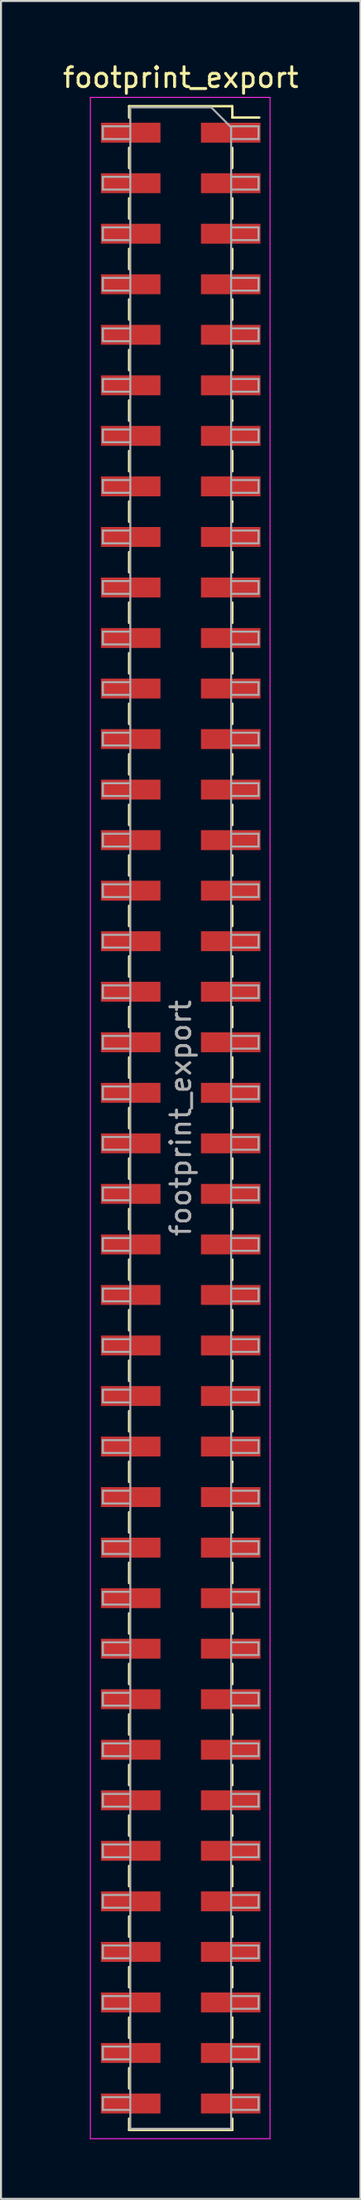
<source format=kicad_pcb>
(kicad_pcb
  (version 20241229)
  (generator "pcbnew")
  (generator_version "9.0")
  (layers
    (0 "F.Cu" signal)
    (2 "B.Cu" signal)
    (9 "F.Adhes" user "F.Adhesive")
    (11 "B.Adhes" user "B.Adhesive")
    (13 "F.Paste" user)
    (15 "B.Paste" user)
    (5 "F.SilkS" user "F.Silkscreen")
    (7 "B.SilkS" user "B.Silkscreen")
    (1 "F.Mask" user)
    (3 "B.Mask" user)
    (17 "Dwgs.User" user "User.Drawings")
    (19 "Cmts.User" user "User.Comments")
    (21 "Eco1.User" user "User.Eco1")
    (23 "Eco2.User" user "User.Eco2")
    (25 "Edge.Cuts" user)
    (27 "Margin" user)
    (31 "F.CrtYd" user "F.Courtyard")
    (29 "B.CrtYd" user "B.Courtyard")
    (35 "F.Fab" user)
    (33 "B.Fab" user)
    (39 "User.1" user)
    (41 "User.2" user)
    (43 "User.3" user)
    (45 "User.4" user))
  (footprint "footprint_export"
    (layer "F.Cu")
    (at 6.054 53.148)
    (property "Reference" "footprint_export" (at 0 -52.3 0) (layer "F.SilkS") (effects (font (size 1 1) (thickness 0.15))))
    (attr smd)
    (fp_line (start -2.6 -50.86) (end -2.6 -50.29) (stroke (width 0.12) (type solid)) (layer "F.SilkS"))
    (fp_line (start -2.6 -50.86) (end 2.6 -50.86) (stroke (width 0.12) (type solid)) (layer "F.SilkS"))
    (fp_line (start -2.6 -48.77) (end -2.6 -47.75) (stroke (width 0.12) (type solid)) (layer "F.SilkS"))
    (fp_line (start -2.6 -46.23) (end -2.6 -45.21) (stroke (width 0.12) (type solid)) (layer "F.SilkS"))
    (fp_line (start -2.6 -43.69) (end -2.6 -42.67) (stroke (width 0.12) (type solid)) (layer "F.SilkS"))
    (fp_line (start -2.6 -41.15) (end -2.6 -40.13) (stroke (width 0.12) (type solid)) (layer "F.SilkS"))
    (fp_line (start -2.6 -38.61) (end -2.6 -37.59) (stroke (width 0.12) (type solid)) (layer "F.SilkS"))
    (fp_line (start -2.6 -36.07) (end -2.6 -35.05) (stroke (width 0.12) (type solid)) (layer "F.SilkS"))
    (fp_line (start -2.6 -33.53) (end -2.6 -32.51) (stroke (width 0.12) (type solid)) (layer "F.SilkS"))
    (fp_line (start -2.6 -30.99) (end -2.6 -29.97) (stroke (width 0.12) (type solid)) (layer "F.SilkS"))
    (fp_line (start -2.6 -28.45) (end -2.6 -27.43) (stroke (width 0.12) (type solid)) (layer "F.SilkS"))
    (fp_line (start -2.6 -25.91) (end -2.6 -24.89) (stroke (width 0.12) (type solid)) (layer "F.SilkS"))
    (fp_line (start -2.6 -23.37) (end -2.6 -22.35) (stroke (width 0.12) (type solid)) (layer "F.SilkS"))
    (fp_line (start -2.6 -20.83) (end -2.6 -19.81) (stroke (width 0.12) (type solid)) (layer "F.SilkS"))
    (fp_line (start -2.6 -18.29) (end -2.6 -17.27) (stroke (width 0.12) (type solid)) (layer "F.SilkS"))
    (fp_line (start -2.6 -15.75) (end -2.6 -14.73) (stroke (width 0.12) (type solid)) (layer "F.SilkS"))
    (fp_line (start -2.6 -13.21) (end -2.6 -12.19) (stroke (width 0.12) (type solid)) (layer "F.SilkS"))
    (fp_line (start -2.6 -10.67) (end -2.6 -9.65) (stroke (width 0.12) (type solid)) (layer "F.SilkS"))
    (fp_line (start -2.6 -8.13) (end -2.6 -7.11) (stroke (width 0.12) (type solid)) (layer "F.SilkS"))
    (fp_line (start -2.6 -5.59) (end -2.6 -4.57) (stroke (width 0.12) (type solid)) (layer "F.SilkS"))
    (fp_line (start -2.6 -3.05) (end -2.6 -2.03) (stroke (width 0.12) (type solid)) (layer "F.SilkS"))
    (fp_line (start -2.6 -0.51) (end -2.6 0.51) (stroke (width 0.12) (type solid)) (layer "F.SilkS"))
    (fp_line (start -2.6 2.03) (end -2.6 3.05) (stroke (width 0.12) (type solid)) (layer "F.SilkS"))
    (fp_line (start -2.6 4.57) (end -2.6 5.59) (stroke (width 0.12) (type solid)) (layer "F.SilkS"))
    (fp_line (start -2.6 7.11) (end -2.6 8.13) (stroke (width 0.12) (type solid)) (layer "F.SilkS"))
    (fp_line (start -2.6 9.65) (end -2.6 10.67) (stroke (width 0.12) (type solid)) (layer "F.SilkS"))
    (fp_line (start -2.6 12.19) (end -2.6 13.21) (stroke (width 0.12) (type solid)) (layer "F.SilkS"))
    (fp_line (start -2.6 14.73) (end -2.6 15.75) (stroke (width 0.12) (type solid)) (layer "F.SilkS"))
    (fp_line (start -2.6 17.27) (end -2.6 18.29) (stroke (width 0.12) (type solid)) (layer "F.SilkS"))
    (fp_line (start -2.6 19.81) (end -2.6 20.83) (stroke (width 0.12) (type solid)) (layer "F.SilkS"))
    (fp_line (start -2.6 22.35) (end -2.6 23.37) (stroke (width 0.12) (type solid)) (layer "F.SilkS"))
    (fp_line (start -2.6 24.89) (end -2.6 25.91) (stroke (width 0.12) (type solid)) (layer "F.SilkS"))
    (fp_line (start -2.6 27.43) (end -2.6 28.45) (stroke (width 0.12) (type solid)) (layer "F.SilkS"))
    (fp_line (start -2.6 29.97) (end -2.6 30.99) (stroke (width 0.12) (type solid)) (layer "F.SilkS"))
    (fp_line (start -2.6 32.51) (end -2.6 33.53) (stroke (width 0.12) (type solid)) (layer "F.SilkS"))
    (fp_line (start -2.6 35.05) (end -2.6 36.07) (stroke (width 0.12) (type solid)) (layer "F.SilkS"))
    (fp_line (start -2.6 37.59) (end -2.6 38.61) (stroke (width 0.12) (type solid)) (layer "F.SilkS"))
    (fp_line (start -2.6 40.13) (end -2.6 41.15) (stroke (width 0.12) (type solid)) (layer "F.SilkS"))
    (fp_line (start -2.6 42.67) (end -2.6 43.69) (stroke (width 0.12) (type solid)) (layer "F.SilkS"))
    (fp_line (start -2.6 45.21) (end -2.6 46.23) (stroke (width 0.12) (type solid)) (layer "F.SilkS"))
    (fp_line (start -2.6 47.75) (end -2.6 48.77) (stroke (width 0.12) (type solid)) (layer "F.SilkS"))
    (fp_line (start -2.6 50.29) (end -2.6 50.86) (stroke (width 0.12) (type solid)) (layer "F.SilkS"))
    (fp_line (start -2.6 50.86) (end 2.6 50.86) (stroke (width 0.12) (type solid)) (layer "F.SilkS"))
    (fp_line (start 2.6 -50.86) (end 2.6 -50.29) (stroke (width 0.12) (type solid)) (layer "F.SilkS"))
    (fp_line (start 2.6 -50.29) (end 3.96 -50.29) (stroke (width 0.12) (type solid)) (layer "F.SilkS"))
    (fp_line (start 2.6 -48.77) (end 2.6 -47.75) (stroke (width 0.12) (type solid)) (layer "F.SilkS"))
    (fp_line (start 2.6 -46.23) (end 2.6 -45.21) (stroke (width 0.12) (type solid)) (layer "F.SilkS"))
    (fp_line (start 2.6 -43.69) (end 2.6 -42.67) (stroke (width 0.12) (type solid)) (layer "F.SilkS"))
    (fp_line (start 2.6 -41.15) (end 2.6 -40.13) (stroke (width 0.12) (type solid)) (layer "F.SilkS"))
    (fp_line (start 2.6 -38.61) (end 2.6 -37.59) (stroke (width 0.12) (type solid)) (layer "F.SilkS"))
    (fp_line (start 2.6 -36.07) (end 2.6 -35.05) (stroke (width 0.12) (type solid)) (layer "F.SilkS"))
    (fp_line (start 2.6 -33.53) (end 2.6 -32.51) (stroke (width 0.12) (type solid)) (layer "F.SilkS"))
    (fp_line (start 2.6 -30.99) (end 2.6 -29.97) (stroke (width 0.12) (type solid)) (layer "F.SilkS"))
    (fp_line (start 2.6 -28.45) (end 2.6 -27.43) (stroke (width 0.12) (type solid)) (layer "F.SilkS"))
    (fp_line (start 2.6 -25.91) (end 2.6 -24.89) (stroke (width 0.12) (type solid)) (layer "F.SilkS"))
    (fp_line (start 2.6 -23.37) (end 2.6 -22.35) (stroke (width 0.12) (type solid)) (layer "F.SilkS"))
    (fp_line (start 2.6 -20.83) (end 2.6 -19.81) (stroke (width 0.12) (type solid)) (layer "F.SilkS"))
    (fp_line (start 2.6 -18.29) (end 2.6 -17.27) (stroke (width 0.12) (type solid)) (layer "F.SilkS"))
    (fp_line (start 2.6 -15.75) (end 2.6 -14.73) (stroke (width 0.12) (type solid)) (layer "F.SilkS"))
    (fp_line (start 2.6 -13.21) (end 2.6 -12.19) (stroke (width 0.12) (type solid)) (layer "F.SilkS"))
    (fp_line (start 2.6 -10.67) (end 2.6 -9.65) (stroke (width 0.12) (type solid)) (layer "F.SilkS"))
    (fp_line (start 2.6 -8.13) (end 2.6 -7.11) (stroke (width 0.12) (type solid)) (layer "F.SilkS"))
    (fp_line (start 2.6 -5.59) (end 2.6 -4.57) (stroke (width 0.12) (type solid)) (layer "F.SilkS"))
    (fp_line (start 2.6 -3.05) (end 2.6 -2.03) (stroke (width 0.12) (type solid)) (layer "F.SilkS"))
    (fp_line (start 2.6 -0.51) (end 2.6 0.51) (stroke (width 0.12) (type solid)) (layer "F.SilkS"))
    (fp_line (start 2.6 2.03) (end 2.6 3.05) (stroke (width 0.12) (type solid)) (layer "F.SilkS"))
    (fp_line (start 2.6 4.57) (end 2.6 5.59) (stroke (width 0.12) (type solid)) (layer "F.SilkS"))
    (fp_line (start 2.6 7.11) (end 2.6 8.13) (stroke (width 0.12) (type solid)) (layer "F.SilkS"))
    (fp_line (start 2.6 9.65) (end 2.6 10.67) (stroke (width 0.12) (type solid)) (layer "F.SilkS"))
    (fp_line (start 2.6 12.19) (end 2.6 13.21) (stroke (width 0.12) (type solid)) (layer "F.SilkS"))
    (fp_line (start 2.6 14.73) (end 2.6 15.75) (stroke (width 0.12) (type solid)) (layer "F.SilkS"))
    (fp_line (start 2.6 17.27) (end 2.6 18.29) (stroke (width 0.12) (type solid)) (layer "F.SilkS"))
    (fp_line (start 2.6 19.81) (end 2.6 20.83) (stroke (width 0.12) (type solid)) (layer "F.SilkS"))
    (fp_line (start 2.6 22.35) (end 2.6 23.37) (stroke (width 0.12) (type solid)) (layer "F.SilkS"))
    (fp_line (start 2.6 24.89) (end 2.6 25.91) (stroke (width 0.12) (type solid)) (layer "F.SilkS"))
    (fp_line (start 2.6 27.43) (end 2.6 28.45) (stroke (width 0.12) (type solid)) (layer "F.SilkS"))
    (fp_line (start 2.6 29.97) (end 2.6 30.99) (stroke (width 0.12) (type solid)) (layer "F.SilkS"))
    (fp_line (start 2.6 32.51) (end 2.6 33.53) (stroke (width 0.12) (type solid)) (layer "F.SilkS"))
    (fp_line (start 2.6 35.05) (end 2.6 36.07) (stroke (width 0.12) (type solid)) (layer "F.SilkS"))
    (fp_line (start 2.6 37.59) (end 2.6 38.61) (stroke (width 0.12) (type solid)) (layer "F.SilkS"))
    (fp_line (start 2.6 40.13) (end 2.6 41.15) (stroke (width 0.12) (type solid)) (layer "F.SilkS"))
    (fp_line (start 2.6 42.67) (end 2.6 43.69) (stroke (width 0.12) (type solid)) (layer "F.SilkS"))
    (fp_line (start 2.6 45.21) (end 2.6 46.23) (stroke (width 0.12) (type solid)) (layer "F.SilkS"))
    (fp_line (start 2.6 47.75) (end 2.6 48.77) (stroke (width 0.12) (type solid)) (layer "F.SilkS"))
    (fp_line (start 2.6 50.29) (end 2.6 50.86) (stroke (width 0.12) (type solid)) (layer "F.SilkS"))
    (fp_line (start -4.55 -51.3) (end 4.5 -51.3) (stroke (width 0.05) (type solid)) (layer "F.CrtYd"))
    (fp_line (start -4.55 51.3) (end -4.55 -51.3) (stroke (width 0.05) (type solid)) (layer "F.CrtYd"))
    (fp_line (start 4.5 -51.3) (end 4.5 51.3) (stroke (width 0.05) (type solid)) (layer "F.CrtYd"))
    (fp_line (start 4.5 51.3) (end -4.55 51.3) (stroke (width 0.05) (type solid)) (layer "F.CrtYd"))
    (fp_line (start -3.92 -49.85) (end -2.54 -49.85) (stroke (width 0.1) (type solid)) (layer "F.Fab"))
    (fp_line (start -3.92 -49.21) (end -3.92 -49.85) (stroke (width 0.1) (type solid)) (layer "F.Fab"))
    (fp_line (start -3.92 -47.31) (end -2.54 -47.31) (stroke (width 0.1) (type solid)) (layer "F.Fab"))
    (fp_line (start -3.92 -46.67) (end -3.92 -47.31) (stroke (width 0.1) (type solid)) (layer "F.Fab"))
    (fp_line (start -3.92 -44.77) (end -2.54 -44.77) (stroke (width 0.1) (type solid)) (layer "F.Fab"))
    (fp_line (start -3.92 -44.13) (end -3.92 -44.77) (stroke (width 0.1) (type solid)) (layer "F.Fab"))
    (fp_line (start -3.92 -42.23) (end -2.54 -42.23) (stroke (width 0.1) (type solid)) (layer "F.Fab"))
    (fp_line (start -3.92 -41.59) (end -3.92 -42.23) (stroke (width 0.1) (type solid)) (layer "F.Fab"))
    (fp_line (start -3.92 -39.69) (end -2.54 -39.69) (stroke (width 0.1) (type solid)) (layer "F.Fab"))
    (fp_line (start -3.92 -39.05) (end -3.92 -39.69) (stroke (width 0.1) (type solid)) (layer "F.Fab"))
    (fp_line (start -3.92 -37.15) (end -2.54 -37.15) (stroke (width 0.1) (type solid)) (layer "F.Fab"))
    (fp_line (start -3.92 -36.51) (end -3.92 -37.15) (stroke (width 0.1) (type solid)) (layer "F.Fab"))
    (fp_line (start -3.92 -34.61) (end -2.54 -34.61) (stroke (width 0.1) (type solid)) (layer "F.Fab"))
    (fp_line (start -3.92 -33.97) (end -3.92 -34.61) (stroke (width 0.1) (type solid)) (layer "F.Fab"))
    (fp_line (start -3.92 -32.07) (end -2.54 -32.07) (stroke (width 0.1) (type solid)) (layer "F.Fab"))
    (fp_line (start -3.92 -31.43) (end -3.92 -32.07) (stroke (width 0.1) (type solid)) (layer "F.Fab"))
    (fp_line (start -3.92 -29.53) (end -2.54 -29.53) (stroke (width 0.1) (type solid)) (layer "F.Fab"))
    (fp_line (start -3.92 -28.89) (end -3.92 -29.53) (stroke (width 0.1) (type solid)) (layer "F.Fab"))
    (fp_line (start -3.92 -26.99) (end -2.54 -26.99) (stroke (width 0.1) (type solid)) (layer "F.Fab"))
    (fp_line (start -3.92 -26.35) (end -3.92 -26.99) (stroke (width 0.1) (type solid)) (layer "F.Fab"))
    (fp_line (start -3.92 -24.45) (end -2.54 -24.45) (stroke (width 0.1) (type solid)) (layer "F.Fab"))
    (fp_line (start -3.92 -23.81) (end -3.92 -24.45) (stroke (width 0.1) (type solid)) (layer "F.Fab"))
    (fp_line (start -3.92 -21.91) (end -2.54 -21.91) (stroke (width 0.1) (type solid)) (layer "F.Fab"))
    (fp_line (start -3.92 -21.27) (end -3.92 -21.91) (stroke (width 0.1) (type solid)) (layer "F.Fab"))
    (fp_line (start -3.92 -19.37) (end -2.54 -19.37) (stroke (width 0.1) (type solid)) (layer "F.Fab"))
    (fp_line (start -3.92 -18.73) (end -3.92 -19.37) (stroke (width 0.1) (type solid)) (layer "F.Fab"))
    (fp_line (start -3.92 -16.83) (end -2.54 -16.83) (stroke (width 0.1) (type solid)) (layer "F.Fab"))
    (fp_line (start -3.92 -16.19) (end -3.92 -16.83) (stroke (width 0.1) (type solid)) (layer "F.Fab"))
    (fp_line (start -3.92 -14.29) (end -2.54 -14.29) (stroke (width 0.1) (type solid)) (layer "F.Fab"))
    (fp_line (start -3.92 -13.65) (end -3.92 -14.29) (stroke (width 0.1) (type solid)) (layer "F.Fab"))
    (fp_line (start -3.92 -11.75) (end -2.54 -11.75) (stroke (width 0.1) (type solid)) (layer "F.Fab"))
    (fp_line (start -3.92 -11.11) (end -3.92 -11.75) (stroke (width 0.1) (type solid)) (layer "F.Fab"))
    (fp_line (start -3.92 -9.21) (end -2.54 -9.21) (stroke (width 0.1) (type solid)) (layer "F.Fab"))
    (fp_line (start -3.92 -8.57) (end -3.92 -9.21) (stroke (width 0.1) (type solid)) (layer "F.Fab"))
    (fp_line (start -3.92 -6.67) (end -2.54 -6.67) (stroke (width 0.1) (type solid)) (layer "F.Fab"))
    (fp_line (start -3.92 -6.03) (end -3.92 -6.67) (stroke (width 0.1) (type solid)) (layer "F.Fab"))
    (fp_line (start -3.92 -4.13) (end -2.54 -4.13) (stroke (width 0.1) (type solid)) (layer "F.Fab"))
    (fp_line (start -3.92 -3.49) (end -3.92 -4.13) (stroke (width 0.1) (type solid)) (layer "F.Fab"))
    (fp_line (start -3.92 -1.59) (end -2.54 -1.59) (stroke (width 0.1) (type solid)) (layer "F.Fab"))
    (fp_line (start -3.92 -0.95) (end -3.92 -1.59) (stroke (width 0.1) (type solid)) (layer "F.Fab"))
    (fp_line (start -3.92 0.95) (end -2.54 0.95) (stroke (width 0.1) (type solid)) (layer "F.Fab"))
    (fp_line (start -3.92 1.59) (end -3.92 0.95) (stroke (width 0.1) (type solid)) (layer "F.Fab"))
    (fp_line (start -3.92 3.49) (end -2.54 3.49) (stroke (width 0.1) (type solid)) (layer "F.Fab"))
    (fp_line (start -3.92 4.13) (end -3.92 3.49) (stroke (width 0.1) (type solid)) (layer "F.Fab"))
    (fp_line (start -3.92 6.03) (end -2.54 6.03) (stroke (width 0.1) (type solid)) (layer "F.Fab"))
    (fp_line (start -3.92 6.67) (end -3.92 6.03) (stroke (width 0.1) (type solid)) (layer "F.Fab"))
    (fp_line (start -3.92 8.57) (end -2.54 8.57) (stroke (width 0.1) (type solid)) (layer "F.Fab"))
    (fp_line (start -3.92 9.21) (end -3.92 8.57) (stroke (width 0.1) (type solid)) (layer "F.Fab"))
    (fp_line (start -3.92 11.11) (end -2.54 11.11) (stroke (width 0.1) (type solid)) (layer "F.Fab"))
    (fp_line (start -3.92 11.75) (end -3.92 11.11) (stroke (width 0.1) (type solid)) (layer "F.Fab"))
    (fp_line (start -3.92 13.65) (end -2.54 13.65) (stroke (width 0.1) (type solid)) (layer "F.Fab"))
    (fp_line (start -3.92 14.29) (end -3.92 13.65) (stroke (width 0.1) (type solid)) (layer "F.Fab"))
    (fp_line (start -3.92 16.19) (end -2.54 16.19) (stroke (width 0.1) (type solid)) (layer "F.Fab"))
    (fp_line (start -3.92 16.83) (end -3.92 16.19) (stroke (width 0.1) (type solid)) (layer "F.Fab"))
    (fp_line (start -3.92 18.73) (end -2.54 18.73) (stroke (width 0.1) (type solid)) (layer "F.Fab"))
    (fp_line (start -3.92 19.37) (end -3.92 18.73) (stroke (width 0.1) (type solid)) (layer "F.Fab"))
    (fp_line (start -3.92 21.27) (end -2.54 21.27) (stroke (width 0.1) (type solid)) (layer "F.Fab"))
    (fp_line (start -3.92 21.91) (end -3.92 21.27) (stroke (width 0.1) (type solid)) (layer "F.Fab"))
    (fp_line (start -3.92 23.81) (end -2.54 23.81) (stroke (width 0.1) (type solid)) (layer "F.Fab"))
    (fp_line (start -3.92 24.45) (end -3.92 23.81) (stroke (width 0.1) (type solid)) (layer "F.Fab"))
    (fp_line (start -3.92 26.35) (end -2.54 26.35) (stroke (width 0.1) (type solid)) (layer "F.Fab"))
    (fp_line (start -3.92 26.99) (end -3.92 26.35) (stroke (width 0.1) (type solid)) (layer "F.Fab"))
    (fp_line (start -3.92 28.89) (end -2.54 28.89) (stroke (width 0.1) (type solid)) (layer "F.Fab"))
    (fp_line (start -3.92 29.53) (end -3.92 28.89) (stroke (width 0.1) (type solid)) (layer "F.Fab"))
    (fp_line (start -3.92 31.43) (end -2.54 31.43) (stroke (width 0.1) (type solid)) (layer "F.Fab"))
    (fp_line (start -3.92 32.07) (end -3.92 31.43) (stroke (width 0.1) (type solid)) (layer "F.Fab"))
    (fp_line (start -3.92 33.97) (end -2.54 33.97) (stroke (width 0.1) (type solid)) (layer "F.Fab"))
    (fp_line (start -3.92 34.61) (end -3.92 33.97) (stroke (width 0.1) (type solid)) (layer "F.Fab"))
    (fp_line (start -3.92 36.51) (end -2.54 36.51) (stroke (width 0.1) (type solid)) (layer "F.Fab"))
    (fp_line (start -3.92 37.15) (end -3.92 36.51) (stroke (width 0.1) (type solid)) (layer "F.Fab"))
    (fp_line (start -3.92 39.05) (end -2.54 39.05) (stroke (width 0.1) (type solid)) (layer "F.Fab"))
    (fp_line (start -3.92 39.69) (end -3.92 39.05) (stroke (width 0.1) (type solid)) (layer "F.Fab"))
    (fp_line (start -3.92 41.59) (end -2.54 41.59) (stroke (width 0.1) (type solid)) (layer "F.Fab"))
    (fp_line (start -3.92 42.23) (end -3.92 41.59) (stroke (width 0.1) (type solid)) (layer "F.Fab"))
    (fp_line (start -3.92 44.13) (end -2.54 44.13) (stroke (width 0.1) (type solid)) (layer "F.Fab"))
    (fp_line (start -3.92 44.77) (end -3.92 44.13) (stroke (width 0.1) (type solid)) (layer "F.Fab"))
    (fp_line (start -3.92 46.67) (end -2.54 46.67) (stroke (width 0.1) (type solid)) (layer "F.Fab"))
    (fp_line (start -3.92 47.31) (end -3.92 46.67) (stroke (width 0.1) (type solid)) (layer "F.Fab"))
    (fp_line (start -3.92 49.21) (end -2.54 49.21) (stroke (width 0.1) (type solid)) (layer "F.Fab"))
    (fp_line (start -3.92 49.85) (end -3.92 49.21) (stroke (width 0.1) (type solid)) (layer "F.Fab"))
    (fp_line (start -2.54 -50.8) (end 1.54 -50.8) (stroke (width 0.1) (type solid)) (layer "F.Fab"))
    (fp_line (start -2.54 -49.21) (end -3.92 -49.21) (stroke (width 0.1) (type solid)) (layer "F.Fab"))
    (fp_line (start -2.54 -46.67) (end -3.92 -46.67) (stroke (width 0.1) (type solid)) (layer "F.Fab"))
    (fp_line (start -2.54 -44.13) (end -3.92 -44.13) (stroke (width 0.1) (type solid)) (layer "F.Fab"))
    (fp_line (start -2.54 -41.59) (end -3.92 -41.59) (stroke (width 0.1) (type solid)) (layer "F.Fab"))
    (fp_line (start -2.54 -39.05) (end -3.92 -39.05) (stroke (width 0.1) (type solid)) (layer "F.Fab"))
    (fp_line (start -2.54 -36.51) (end -3.92 -36.51) (stroke (width 0.1) (type solid)) (layer "F.Fab"))
    (fp_line (start -2.54 -33.97) (end -3.92 -33.97) (stroke (width 0.1) (type solid)) (layer "F.Fab"))
    (fp_line (start -2.54 -31.43) (end -3.92 -31.43) (stroke (width 0.1) (type solid)) (layer "F.Fab"))
    (fp_line (start -2.54 -28.89) (end -3.92 -28.89) (stroke (width 0.1) (type solid)) (layer "F.Fab"))
    (fp_line (start -2.54 -26.35) (end -3.92 -26.35) (stroke (width 0.1) (type solid)) (layer "F.Fab"))
    (fp_line (start -2.54 -23.81) (end -3.92 -23.81) (stroke (width 0.1) (type solid)) (layer "F.Fab"))
    (fp_line (start -2.54 -21.27) (end -3.92 -21.27) (stroke (width 0.1) (type solid)) (layer "F.Fab"))
    (fp_line (start -2.54 -18.73) (end -3.92 -18.73) (stroke (width 0.1) (type solid)) (layer "F.Fab"))
    (fp_line (start -2.54 -16.19) (end -3.92 -16.19) (stroke (width 0.1) (type solid)) (layer "F.Fab"))
    (fp_line (start -2.54 -13.65) (end -3.92 -13.65) (stroke (width 0.1) (type solid)) (layer "F.Fab"))
    (fp_line (start -2.54 -11.11) (end -3.92 -11.11) (stroke (width 0.1) (type solid)) (layer "F.Fab"))
    (fp_line (start -2.54 -8.57) (end -3.92 -8.57) (stroke (width 0.1) (type solid)) (layer "F.Fab"))
    (fp_line (start -2.54 -6.03) (end -3.92 -6.03) (stroke (width 0.1) (type solid)) (layer "F.Fab"))
    (fp_line (start -2.54 -3.49) (end -3.92 -3.49) (stroke (width 0.1) (type solid)) (layer "F.Fab"))
    (fp_line (start -2.54 -0.95) (end -3.92 -0.95) (stroke (width 0.1) (type solid)) (layer "F.Fab"))
    (fp_line (start -2.54 1.59) (end -3.92 1.59) (stroke (width 0.1) (type solid)) (layer "F.Fab"))
    (fp_line (start -2.54 4.13) (end -3.92 4.13) (stroke (width 0.1) (type solid)) (layer "F.Fab"))
    (fp_line (start -2.54 6.67) (end -3.92 6.67) (stroke (width 0.1) (type solid)) (layer "F.Fab"))
    (fp_line (start -2.54 9.21) (end -3.92 9.21) (stroke (width 0.1) (type solid)) (layer "F.Fab"))
    (fp_line (start -2.54 11.75) (end -3.92 11.75) (stroke (width 0.1) (type solid)) (layer "F.Fab"))
    (fp_line (start -2.54 14.29) (end -3.92 14.29) (stroke (width 0.1) (type solid)) (layer "F.Fab"))
    (fp_line (start -2.54 16.83) (end -3.92 16.83) (stroke (width 0.1) (type solid)) (layer "F.Fab"))
    (fp_line (start -2.54 19.37) (end -3.92 19.37) (stroke (width 0.1) (type solid)) (layer "F.Fab"))
    (fp_line (start -2.54 21.91) (end -3.92 21.91) (stroke (width 0.1) (type solid)) (layer "F.Fab"))
    (fp_line (start -2.54 24.45) (end -3.92 24.45) (stroke (width 0.1) (type solid)) (layer "F.Fab"))
    (fp_line (start -2.54 26.99) (end -3.92 26.99) (stroke (width 0.1) (type solid)) (layer "F.Fab"))
    (fp_line (start -2.54 29.53) (end -3.92 29.53) (stroke (width 0.1) (type solid)) (layer "F.Fab"))
    (fp_line (start -2.54 32.07) (end -3.92 32.07) (stroke (width 0.1) (type solid)) (layer "F.Fab"))
    (fp_line (start -2.54 34.61) (end -3.92 34.61) (stroke (width 0.1) (type solid)) (layer "F.Fab"))
    (fp_line (start -2.54 37.15) (end -3.92 37.15) (stroke (width 0.1) (type solid)) (layer "F.Fab"))
    (fp_line (start -2.54 39.69) (end -3.92 39.69) (stroke (width 0.1) (type solid)) (layer "F.Fab"))
    (fp_line (start -2.54 42.23) (end -3.92 42.23) (stroke (width 0.1) (type solid)) (layer "F.Fab"))
    (fp_line (start -2.54 44.77) (end -3.92 44.77) (stroke (width 0.1) (type solid)) (layer "F.Fab"))
    (fp_line (start -2.54 47.31) (end -3.92 47.31) (stroke (width 0.1) (type solid)) (layer "F.Fab"))
    (fp_line (start -2.54 49.85) (end -3.92 49.85) (stroke (width 0.1) (type solid)) (layer "F.Fab"))
    (fp_line (start -2.54 50.8) (end -2.54 -50.8) (stroke (width 0.1) (type solid)) (layer "F.Fab"))
    (fp_line (start 1.54 -50.8) (end 2.54 -49.8) (stroke (width 0.1) (type solid)) (layer "F.Fab"))
    (fp_line (start 2.54 -49.85) (end 3.92 -49.85) (stroke (width 0.1) (type solid)) (layer "F.Fab"))
    (fp_line (start 2.54 -49.8) (end 2.54 50.8) (stroke (width 0.1) (type solid)) (layer "F.Fab"))
    (fp_line (start 2.54 -47.31) (end 3.92 -47.31) (stroke (width 0.1) (type solid)) (layer "F.Fab"))
    (fp_line (start 2.54 -44.77) (end 3.92 -44.77) (stroke (width 0.1) (type solid)) (layer "F.Fab"))
    (fp_line (start 2.54 -42.23) (end 3.92 -42.23) (stroke (width 0.1) (type solid)) (layer "F.Fab"))
    (fp_line (start 2.54 -39.69) (end 3.92 -39.69) (stroke (width 0.1) (type solid)) (layer "F.Fab"))
    (fp_line (start 2.54 -37.15) (end 3.92 -37.15) (stroke (width 0.1) (type solid)) (layer "F.Fab"))
    (fp_line (start 2.54 -34.61) (end 3.92 -34.61) (stroke (width 0.1) (type solid)) (layer "F.Fab"))
    (fp_line (start 2.54 -32.07) (end 3.92 -32.07) (stroke (width 0.1) (type solid)) (layer "F.Fab"))
    (fp_line (start 2.54 -29.53) (end 3.92 -29.53) (stroke (width 0.1) (type solid)) (layer "F.Fab"))
    (fp_line (start 2.54 -26.99) (end 3.92 -26.99) (stroke (width 0.1) (type solid)) (layer "F.Fab"))
    (fp_line (start 2.54 -24.45) (end 3.92 -24.45) (stroke (width 0.1) (type solid)) (layer "F.Fab"))
    (fp_line (start 2.54 -21.91) (end 3.92 -21.91) (stroke (width 0.1) (type solid)) (layer "F.Fab"))
    (fp_line (start 2.54 -19.37) (end 3.92 -19.37) (stroke (width 0.1) (type solid)) (layer "F.Fab"))
    (fp_line (start 2.54 -16.83) (end 3.92 -16.83) (stroke (width 0.1) (type solid)) (layer "F.Fab"))
    (fp_line (start 2.54 -14.29) (end 3.92 -14.29) (stroke (width 0.1) (type solid)) (layer "F.Fab"))
    (fp_line (start 2.54 -11.75) (end 3.92 -11.75) (stroke (width 0.1) (type solid)) (layer "F.Fab"))
    (fp_line (start 2.54 -9.21) (end 3.92 -9.21) (stroke (width 0.1) (type solid)) (layer "F.Fab"))
    (fp_line (start 2.54 -6.67) (end 3.92 -6.67) (stroke (width 0.1) (type solid)) (layer "F.Fab"))
    (fp_line (start 2.54 -4.13) (end 3.92 -4.13) (stroke (width 0.1) (type solid)) (layer "F.Fab"))
    (fp_line (start 2.54 -1.59) (end 3.92 -1.59) (stroke (width 0.1) (type solid)) (layer "F.Fab"))
    (fp_line (start 2.54 0.95) (end 3.92 0.95) (stroke (width 0.1) (type solid)) (layer "F.Fab"))
    (fp_line (start 2.54 3.49) (end 3.92 3.49) (stroke (width 0.1) (type solid)) (layer "F.Fab"))
    (fp_line (start 2.54 6.03) (end 3.92 6.03) (stroke (width 0.1) (type solid)) (layer "F.Fab"))
    (fp_line (start 2.54 8.57) (end 3.92 8.57) (stroke (width 0.1) (type solid)) (layer "F.Fab"))
    (fp_line (start 2.54 11.11) (end 3.92 11.11) (stroke (width 0.1) (type solid)) (layer "F.Fab"))
    (fp_line (start 2.54 13.65) (end 3.92 13.65) (stroke (width 0.1) (type solid)) (layer "F.Fab"))
    (fp_line (start 2.54 16.19) (end 3.92 16.19) (stroke (width 0.1) (type solid)) (layer "F.Fab"))
    (fp_line (start 2.54 18.73) (end 3.92 18.73) (stroke (width 0.1) (type solid)) (layer "F.Fab"))
    (fp_line (start 2.54 21.27) (end 3.92 21.27) (stroke (width 0.1) (type solid)) (layer "F.Fab"))
    (fp_line (start 2.54 23.81) (end 3.92 23.81) (stroke (width 0.1) (type solid)) (layer "F.Fab"))
    (fp_line (start 2.54 26.35) (end 3.92 26.35) (stroke (width 0.1) (type solid)) (layer "F.Fab"))
    (fp_line (start 2.54 28.89) (end 3.92 28.89) (stroke (width 0.1) (type solid)) (layer "F.Fab"))
    (fp_line (start 2.54 31.43) (end 3.92 31.43) (stroke (width 0.1) (type solid)) (layer "F.Fab"))
    (fp_line (start 2.54 33.97) (end 3.92 33.97) (stroke (width 0.1) (type solid)) (layer "F.Fab"))
    (fp_line (start 2.54 36.51) (end 3.92 36.51) (stroke (width 0.1) (type solid)) (layer "F.Fab"))
    (fp_line (start 2.54 39.05) (end 3.92 39.05) (stroke (width 0.1) (type solid)) (layer "F.Fab"))
    (fp_line (start 2.54 41.59) (end 3.92 41.59) (stroke (width 0.1) (type solid)) (layer "F.Fab"))
    (fp_line (start 2.54 44.13) (end 3.92 44.13) (stroke (width 0.1) (type solid)) (layer "F.Fab"))
    (fp_line (start 2.54 46.67) (end 3.92 46.67) (stroke (width 0.1) (type solid)) (layer "F.Fab"))
    (fp_line (start 2.54 49.21) (end 3.92 49.21) (stroke (width 0.1) (type solid)) (layer "F.Fab"))
    (fp_line (start 2.54 50.8) (end -2.54 50.8) (stroke (width 0.1) (type solid)) (layer "F.Fab"))
    (fp_line (start 3.92 -49.85) (end 3.92 -49.21) (stroke (width 0.1) (type solid)) (layer "F.Fab"))
    (fp_line (start 3.92 -49.21) (end 2.54 -49.21) (stroke (width 0.1) (type solid)) (layer "F.Fab"))
    (fp_line (start 3.92 -47.31) (end 3.92 -46.67) (stroke (width 0.1) (type solid)) (layer "F.Fab"))
    (fp_line (start 3.92 -46.67) (end 2.54 -46.67) (stroke (width 0.1) (type solid)) (layer "F.Fab"))
    (fp_line (start 3.92 -44.77) (end 3.92 -44.13) (stroke (width 0.1) (type solid)) (layer "F.Fab"))
    (fp_line (start 3.92 -44.13) (end 2.54 -44.13) (stroke (width 0.1) (type solid)) (layer "F.Fab"))
    (fp_line (start 3.92 -42.23) (end 3.92 -41.59) (stroke (width 0.1) (type solid)) (layer "F.Fab"))
    (fp_line (start 3.92 -41.59) (end 2.54 -41.59) (stroke (width 0.1) (type solid)) (layer "F.Fab"))
    (fp_line (start 3.92 -39.69) (end 3.92 -39.05) (stroke (width 0.1) (type solid)) (layer "F.Fab"))
    (fp_line (start 3.92 -39.05) (end 2.54 -39.05) (stroke (width 0.1) (type solid)) (layer "F.Fab"))
    (fp_line (start 3.92 -37.15) (end 3.92 -36.51) (stroke (width 0.1) (type solid)) (layer "F.Fab"))
    (fp_line (start 3.92 -36.51) (end 2.54 -36.51) (stroke (width 0.1) (type solid)) (layer "F.Fab"))
    (fp_line (start 3.92 -34.61) (end 3.92 -33.97) (stroke (width 0.1) (type solid)) (layer "F.Fab"))
    (fp_line (start 3.92 -33.97) (end 2.54 -33.97) (stroke (width 0.1) (type solid)) (layer "F.Fab"))
    (fp_line (start 3.92 -32.07) (end 3.92 -31.43) (stroke (width 0.1) (type solid)) (layer "F.Fab"))
    (fp_line (start 3.92 -31.43) (end 2.54 -31.43) (stroke (width 0.1) (type solid)) (layer "F.Fab"))
    (fp_line (start 3.92 -29.53) (end 3.92 -28.89) (stroke (width 0.1) (type solid)) (layer "F.Fab"))
    (fp_line (start 3.92 -28.89) (end 2.54 -28.89) (stroke (width 0.1) (type solid)) (layer "F.Fab"))
    (fp_line (start 3.92 -26.99) (end 3.92 -26.35) (stroke (width 0.1) (type solid)) (layer "F.Fab"))
    (fp_line (start 3.92 -26.35) (end 2.54 -26.35) (stroke (width 0.1) (type solid)) (layer "F.Fab"))
    (fp_line (start 3.92 -24.45) (end 3.92 -23.81) (stroke (width 0.1) (type solid)) (layer "F.Fab"))
    (fp_line (start 3.92 -23.81) (end 2.54 -23.81) (stroke (width 0.1) (type solid)) (layer "F.Fab"))
    (fp_line (start 3.92 -21.91) (end 3.92 -21.27) (stroke (width 0.1) (type solid)) (layer "F.Fab"))
    (fp_line (start 3.92 -21.27) (end 2.54 -21.27) (stroke (width 0.1) (type solid)) (layer "F.Fab"))
    (fp_line (start 3.92 -19.37) (end 3.92 -18.73) (stroke (width 0.1) (type solid)) (layer "F.Fab"))
    (fp_line (start 3.92 -18.73) (end 2.54 -18.73) (stroke (width 0.1) (type solid)) (layer "F.Fab"))
    (fp_line (start 3.92 -16.83) (end 3.92 -16.19) (stroke (width 0.1) (type solid)) (layer "F.Fab"))
    (fp_line (start 3.92 -16.19) (end 2.54 -16.19) (stroke (width 0.1) (type solid)) (layer "F.Fab"))
    (fp_line (start 3.92 -14.29) (end 3.92 -13.65) (stroke (width 0.1) (type solid)) (layer "F.Fab"))
    (fp_line (start 3.92 -13.65) (end 2.54 -13.65) (stroke (width 0.1) (type solid)) (layer "F.Fab"))
    (fp_line (start 3.92 -11.75) (end 3.92 -11.11) (stroke (width 0.1) (type solid)) (layer "F.Fab"))
    (fp_line (start 3.92 -11.11) (end 2.54 -11.11) (stroke (width 0.1) (type solid)) (layer "F.Fab"))
    (fp_line (start 3.92 -9.21) (end 3.92 -8.57) (stroke (width 0.1) (type solid)) (layer "F.Fab"))
    (fp_line (start 3.92 -8.57) (end 2.54 -8.57) (stroke (width 0.1) (type solid)) (layer "F.Fab"))
    (fp_line (start 3.92 -6.67) (end 3.92 -6.03) (stroke (width 0.1) (type solid)) (layer "F.Fab"))
    (fp_line (start 3.92 -6.03) (end 2.54 -6.03) (stroke (width 0.1) (type solid)) (layer "F.Fab"))
    (fp_line (start 3.92 -4.13) (end 3.92 -3.49) (stroke (width 0.1) (type solid)) (layer "F.Fab"))
    (fp_line (start 3.92 -3.49) (end 2.54 -3.49) (stroke (width 0.1) (type solid)) (layer "F.Fab"))
    (fp_line (start 3.92 -1.59) (end 3.92 -0.95) (stroke (width 0.1) (type solid)) (layer "F.Fab"))
    (fp_line (start 3.92 -0.95) (end 2.54 -0.95) (stroke (width 0.1) (type solid)) (layer "F.Fab"))
    (fp_line (start 3.92 0.95) (end 3.92 1.59) (stroke (width 0.1) (type solid)) (layer "F.Fab"))
    (fp_line (start 3.92 1.59) (end 2.54 1.59) (stroke (width 0.1) (type solid)) (layer "F.Fab"))
    (fp_line (start 3.92 3.49) (end 3.92 4.13) (stroke (width 0.1) (type solid)) (layer "F.Fab"))
    (fp_line (start 3.92 4.13) (end 2.54 4.13) (stroke (width 0.1) (type solid)) (layer "F.Fab"))
    (fp_line (start 3.92 6.03) (end 3.92 6.67) (stroke (width 0.1) (type solid)) (layer "F.Fab"))
    (fp_line (start 3.92 6.67) (end 2.54 6.67) (stroke (width 0.1) (type solid)) (layer "F.Fab"))
    (fp_line (start 3.92 8.57) (end 3.92 9.21) (stroke (width 0.1) (type solid)) (layer "F.Fab"))
    (fp_line (start 3.92 9.21) (end 2.54 9.21) (stroke (width 0.1) (type solid)) (layer "F.Fab"))
    (fp_line (start 3.92 11.11) (end 3.92 11.75) (stroke (width 0.1) (type solid)) (layer "F.Fab"))
    (fp_line (start 3.92 11.75) (end 2.54 11.75) (stroke (width 0.1) (type solid)) (layer "F.Fab"))
    (fp_line (start 3.92 13.65) (end 3.92 14.29) (stroke (width 0.1) (type solid)) (layer "F.Fab"))
    (fp_line (start 3.92 14.29) (end 2.54 14.29) (stroke (width 0.1) (type solid)) (layer "F.Fab"))
    (fp_line (start 3.92 16.19) (end 3.92 16.83) (stroke (width 0.1) (type solid)) (layer "F.Fab"))
    (fp_line (start 3.92 16.83) (end 2.54 16.83) (stroke (width 0.1) (type solid)) (layer "F.Fab"))
    (fp_line (start 3.92 18.73) (end 3.92 19.37) (stroke (width 0.1) (type solid)) (layer "F.Fab"))
    (fp_line (start 3.92 19.37) (end 2.54 19.37) (stroke (width 0.1) (type solid)) (layer "F.Fab"))
    (fp_line (start 3.92 21.27) (end 3.92 21.91) (stroke (width 0.1) (type solid)) (layer "F.Fab"))
    (fp_line (start 3.92 21.91) (end 2.54 21.91) (stroke (width 0.1) (type solid)) (layer "F.Fab"))
    (fp_line (start 3.92 23.81) (end 3.92 24.45) (stroke (width 0.1) (type solid)) (layer "F.Fab"))
    (fp_line (start 3.92 24.45) (end 2.54 24.45) (stroke (width 0.1) (type solid)) (layer "F.Fab"))
    (fp_line (start 3.92 26.35) (end 3.92 26.99) (stroke (width 0.1) (type solid)) (layer "F.Fab"))
    (fp_line (start 3.92 26.99) (end 2.54 26.99) (stroke (width 0.1) (type solid)) (layer "F.Fab"))
    (fp_line (start 3.92 28.89) (end 3.92 29.53) (stroke (width 0.1) (type solid)) (layer "F.Fab"))
    (fp_line (start 3.92 29.53) (end 2.54 29.53) (stroke (width 0.1) (type solid)) (layer "F.Fab"))
    (fp_line (start 3.92 31.43) (end 3.92 32.07) (stroke (width 0.1) (type solid)) (layer "F.Fab"))
    (fp_line (start 3.92 32.07) (end 2.54 32.07) (stroke (width 0.1) (type solid)) (layer "F.Fab"))
    (fp_line (start 3.92 33.97) (end 3.92 34.61) (stroke (width 0.1) (type solid)) (layer "F.Fab"))
    (fp_line (start 3.92 34.61) (end 2.54 34.61) (stroke (width 0.1) (type solid)) (layer "F.Fab"))
    (fp_line (start 3.92 36.51) (end 3.92 37.15) (stroke (width 0.1) (type solid)) (layer "F.Fab"))
    (fp_line (start 3.92 37.15) (end 2.54 37.15) (stroke (width 0.1) (type solid)) (layer "F.Fab"))
    (fp_line (start 3.92 39.05) (end 3.92 39.69) (stroke (width 0.1) (type solid)) (layer "F.Fab"))
    (fp_line (start 3.92 39.69) (end 2.54 39.69) (stroke (width 0.1) (type solid)) (layer "F.Fab"))
    (fp_line (start 3.92 41.59) (end 3.92 42.23) (stroke (width 0.1) (type solid)) (layer "F.Fab"))
    (fp_line (start 3.92 42.23) (end 2.54 42.23) (stroke (width 0.1) (type solid)) (layer "F.Fab"))
    (fp_line (start 3.92 44.13) (end 3.92 44.77) (stroke (width 0.1) (type solid)) (layer "F.Fab"))
    (fp_line (start 3.92 44.77) (end 2.54 44.77) (stroke (width 0.1) (type solid)) (layer "F.Fab"))
    (fp_line (start 3.92 46.67) (end 3.92 47.31) (stroke (width 0.1) (type solid)) (layer "F.Fab"))
    (fp_line (start 3.92 47.31) (end 2.54 47.31) (stroke (width 0.1) (type solid)) (layer "F.Fab"))
    (fp_line (start 3.92 49.21) (end 3.92 49.85) (stroke (width 0.1) (type solid)) (layer "F.Fab"))
    (fp_line (start 3.92 49.85) (end 2.54 49.85) (stroke (width 0.1) (type solid)) (layer "F.Fab"))
    (fp_text user "${REFERENCE}" (at 0 0 90) (layer "F.Fab") (effects (font (size 1 1) (thickness 0.15))))
    (pad "1" smd rect (at 2.52 -49.53) (size 3 1) (layers "F.Cu" "F.Mask" "F.Paste"))
    (pad "2" smd rect (at -2.52 -49.53) (size 3 1) (layers "F.Cu" "F.Mask" "F.Paste"))
    (pad "3" smd rect (at 2.52 -46.99) (size 3 1) (layers "F.Cu" "F.Mask" "F.Paste"))
    (pad "4" smd rect (at -2.52 -46.99) (size 3 1) (layers "F.Cu" "F.Mask" "F.Paste"))
    (pad "5" smd rect (at 2.52 -44.45) (size 3 1) (layers "F.Cu" "F.Mask" "F.Paste"))
    (pad "6" smd rect (at -2.52 -44.45) (size 3 1) (layers "F.Cu" "F.Mask" "F.Paste"))
    (pad "7" smd rect (at 2.52 -41.91) (size 3 1) (layers "F.Cu" "F.Mask" "F.Paste"))
    (pad "8" smd rect (at -2.52 -41.91) (size 3 1) (layers "F.Cu" "F.Mask" "F.Paste"))
    (pad "9" smd rect (at 2.52 -39.37) (size 3 1) (layers "F.Cu" "F.Mask" "F.Paste"))
    (pad "10" smd rect (at -2.52 -39.37) (size 3 1) (layers "F.Cu" "F.Mask" "F.Paste"))
    (pad "11" smd rect (at 2.52 -36.83) (size 3 1) (layers "F.Cu" "F.Mask" "F.Paste"))
    (pad "12" smd rect (at -2.52 -36.83) (size 3 1) (layers "F.Cu" "F.Mask" "F.Paste"))
    (pad "13" smd rect (at 2.52 -34.29) (size 3 1) (layers "F.Cu" "F.Mask" "F.Paste"))
    (pad "14" smd rect (at -2.52 -34.29) (size 3 1) (layers "F.Cu" "F.Mask" "F.Paste"))
    (pad "15" smd rect (at 2.52 -31.75) (size 3 1) (layers "F.Cu" "F.Mask" "F.Paste"))
    (pad "16" smd rect (at -2.52 -31.75) (size 3 1) (layers "F.Cu" "F.Mask" "F.Paste"))
    (pad "17" smd rect (at 2.52 -29.21) (size 3 1) (layers "F.Cu" "F.Mask" "F.Paste"))
    (pad "18" smd rect (at -2.52 -29.21) (size 3 1) (layers "F.Cu" "F.Mask" "F.Paste"))
    (pad "19" smd rect (at 2.52 -26.67) (size 3 1) (layers "F.Cu" "F.Mask" "F.Paste"))
    (pad "20" smd rect (at -2.52 -26.67) (size 3 1) (layers "F.Cu" "F.Mask" "F.Paste"))
    (pad "21" smd rect (at 2.52 -24.13) (size 3 1) (layers "F.Cu" "F.Mask" "F.Paste"))
    (pad "22" smd rect (at -2.52 -24.13) (size 3 1) (layers "F.Cu" "F.Mask" "F.Paste"))
    (pad "23" smd rect (at 2.52 -21.59) (size 3 1) (layers "F.Cu" "F.Mask" "F.Paste"))
    (pad "24" smd rect (at -2.52 -21.59) (size 3 1) (layers "F.Cu" "F.Mask" "F.Paste"))
    (pad "25" smd rect (at 2.52 -19.05) (size 3 1) (layers "F.Cu" "F.Mask" "F.Paste"))
    (pad "26" smd rect (at -2.52 -19.05) (size 3 1) (layers "F.Cu" "F.Mask" "F.Paste"))
    (pad "27" smd rect (at 2.52 -16.51) (size 3 1) (layers "F.Cu" "F.Mask" "F.Paste"))
    (pad "28" smd rect (at -2.52 -16.51) (size 3 1) (layers "F.Cu" "F.Mask" "F.Paste"))
    (pad "29" smd rect (at 2.52 -13.97) (size 3 1) (layers "F.Cu" "F.Mask" "F.Paste"))
    (pad "30" smd rect (at -2.52 -13.97) (size 3 1) (layers "F.Cu" "F.Mask" "F.Paste"))
    (pad "31" smd rect (at 2.52 -11.43) (size 3 1) (layers "F.Cu" "F.Mask" "F.Paste"))
    (pad "32" smd rect (at -2.52 -11.43) (size 3 1) (layers "F.Cu" "F.Mask" "F.Paste"))
    (pad "33" smd rect (at 2.52 -8.89) (size 3 1) (layers "F.Cu" "F.Mask" "F.Paste"))
    (pad "34" smd rect (at -2.52 -8.89) (size 3 1) (layers "F.Cu" "F.Mask" "F.Paste"))
    (pad "35" smd rect (at 2.52 -6.35) (size 3 1) (layers "F.Cu" "F.Mask" "F.Paste"))
    (pad "36" smd rect (at -2.52 -6.35) (size 3 1) (layers "F.Cu" "F.Mask" "F.Paste"))
    (pad "37" smd rect (at 2.52 -3.81) (size 3 1) (layers "F.Cu" "F.Mask" "F.Paste"))
    (pad "38" smd rect (at -2.52 -3.81) (size 3 1) (layers "F.Cu" "F.Mask" "F.Paste"))
    (pad "39" smd rect (at 2.52 -1.27) (size 3 1) (layers "F.Cu" "F.Mask" "F.Paste"))
    (pad "40" smd rect (at -2.52 -1.27) (size 3 1) (layers "F.Cu" "F.Mask" "F.Paste"))
    (pad "41" smd rect (at 2.52 1.27) (size 3 1) (layers "F.Cu" "F.Mask" "F.Paste"))
    (pad "42" smd rect (at -2.52 1.27) (size 3 1) (layers "F.Cu" "F.Mask" "F.Paste"))
    (pad "43" smd rect (at 2.52 3.81) (size 3 1) (layers "F.Cu" "F.Mask" "F.Paste"))
    (pad "44" smd rect (at -2.52 3.81) (size 3 1) (layers "F.Cu" "F.Mask" "F.Paste"))
    (pad "45" smd rect (at 2.52 6.35) (size 3 1) (layers "F.Cu" "F.Mask" "F.Paste"))
    (pad "46" smd rect (at -2.52 6.35) (size 3 1) (layers "F.Cu" "F.Mask" "F.Paste"))
    (pad "47" smd rect (at 2.52 8.89) (size 3 1) (layers "F.Cu" "F.Mask" "F.Paste"))
    (pad "48" smd rect (at -2.52 8.89) (size 3 1) (layers "F.Cu" "F.Mask" "F.Paste"))
    (pad "49" smd rect (at 2.52 11.43) (size 3 1) (layers "F.Cu" "F.Mask" "F.Paste"))
    (pad "50" smd rect (at -2.52 11.43) (size 3 1) (layers "F.Cu" "F.Mask" "F.Paste"))
    (pad "51" smd rect (at 2.52 13.97) (size 3 1) (layers "F.Cu" "F.Mask" "F.Paste"))
    (pad "52" smd rect (at -2.52 13.97) (size 3 1) (layers "F.Cu" "F.Mask" "F.Paste"))
    (pad "53" smd rect (at 2.52 16.51) (size 3 1) (layers "F.Cu" "F.Mask" "F.Paste"))
    (pad "54" smd rect (at -2.52 16.51) (size 3 1) (layers "F.Cu" "F.Mask" "F.Paste"))
    (pad "55" smd rect (at 2.52 19.05) (size 3 1) (layers "F.Cu" "F.Mask" "F.Paste"))
    (pad "56" smd rect (at -2.52 19.05) (size 3 1) (layers "F.Cu" "F.Mask" "F.Paste"))
    (pad "57" smd rect (at 2.52 21.59) (size 3 1) (layers "F.Cu" "F.Mask" "F.Paste"))
    (pad "58" smd rect (at -2.52 21.59) (size 3 1) (layers "F.Cu" "F.Mask" "F.Paste"))
    (pad "59" smd rect (at 2.52 24.13) (size 3 1) (layers "F.Cu" "F.Mask" "F.Paste"))
    (pad "60" smd rect (at -2.52 24.13) (size 3 1) (layers "F.Cu" "F.Mask" "F.Paste"))
    (pad "61" smd rect (at 2.52 26.67) (size 3 1) (layers "F.Cu" "F.Mask" "F.Paste"))
    (pad "62" smd rect (at -2.52 26.67) (size 3 1) (layers "F.Cu" "F.Mask" "F.Paste"))
    (pad "63" smd rect (at 2.52 29.21) (size 3 1) (layers "F.Cu" "F.Mask" "F.Paste"))
    (pad "64" smd rect (at -2.52 29.21) (size 3 1) (layers "F.Cu" "F.Mask" "F.Paste"))
    (pad "65" smd rect (at 2.52 31.75) (size 3 1) (layers "F.Cu" "F.Mask" "F.Paste"))
    (pad "66" smd rect (at -2.52 31.75) (size 3 1) (layers "F.Cu" "F.Mask" "F.Paste"))
    (pad "67" smd rect (at 2.52 34.29) (size 3 1) (layers "F.Cu" "F.Mask" "F.Paste"))
    (pad "68" smd rect (at -2.52 34.29) (size 3 1) (layers "F.Cu" "F.Mask" "F.Paste"))
    (pad "69" smd rect (at 2.52 36.83) (size 3 1) (layers "F.Cu" "F.Mask" "F.Paste"))
    (pad "70" smd rect (at -2.52 36.83) (size 3 1) (layers "F.Cu" "F.Mask" "F.Paste"))
    (pad "71" smd rect (at 2.52 39.37) (size 3 1) (layers "F.Cu" "F.Mask" "F.Paste"))
    (pad "72" smd rect (at -2.52 39.37) (size 3 1) (layers "F.Cu" "F.Mask" "F.Paste"))
    (pad "73" smd rect (at 2.52 41.91) (size 3 1) (layers "F.Cu" "F.Mask" "F.Paste"))
    (pad "74" smd rect (at -2.52 41.91) (size 3 1) (layers "F.Cu" "F.Mask" "F.Paste"))
    (pad "75" smd rect (at 2.52 44.45) (size 3 1) (layers "F.Cu" "F.Mask" "F.Paste"))
    (pad "76" smd rect (at -2.52 44.45) (size 3 1) (layers "F.Cu" "F.Mask" "F.Paste"))
    (pad "77" smd rect (at 2.52 46.99) (size 3 1) (layers "F.Cu" "F.Mask" "F.Paste"))
    (pad "78" smd rect (at -2.52 46.99) (size 3 1) (layers "F.Cu" "F.Mask" "F.Paste"))
    (pad "79" smd rect (at 2.52 49.53) (size 3 1) (layers "F.Cu" "F.Mask" "F.Paste"))
    (pad "80" smd rect (at -2.52 49.53) (size 3 1) (layers "F.Cu" "F.Mask" "F.Paste")))
  (gr_rect
    (start -3 -3)
    (end 15.107 107.473)
    (stroke (width 0.1) (type default))
    (fill no)
    (layer "Edge.Cuts")))
</source>
